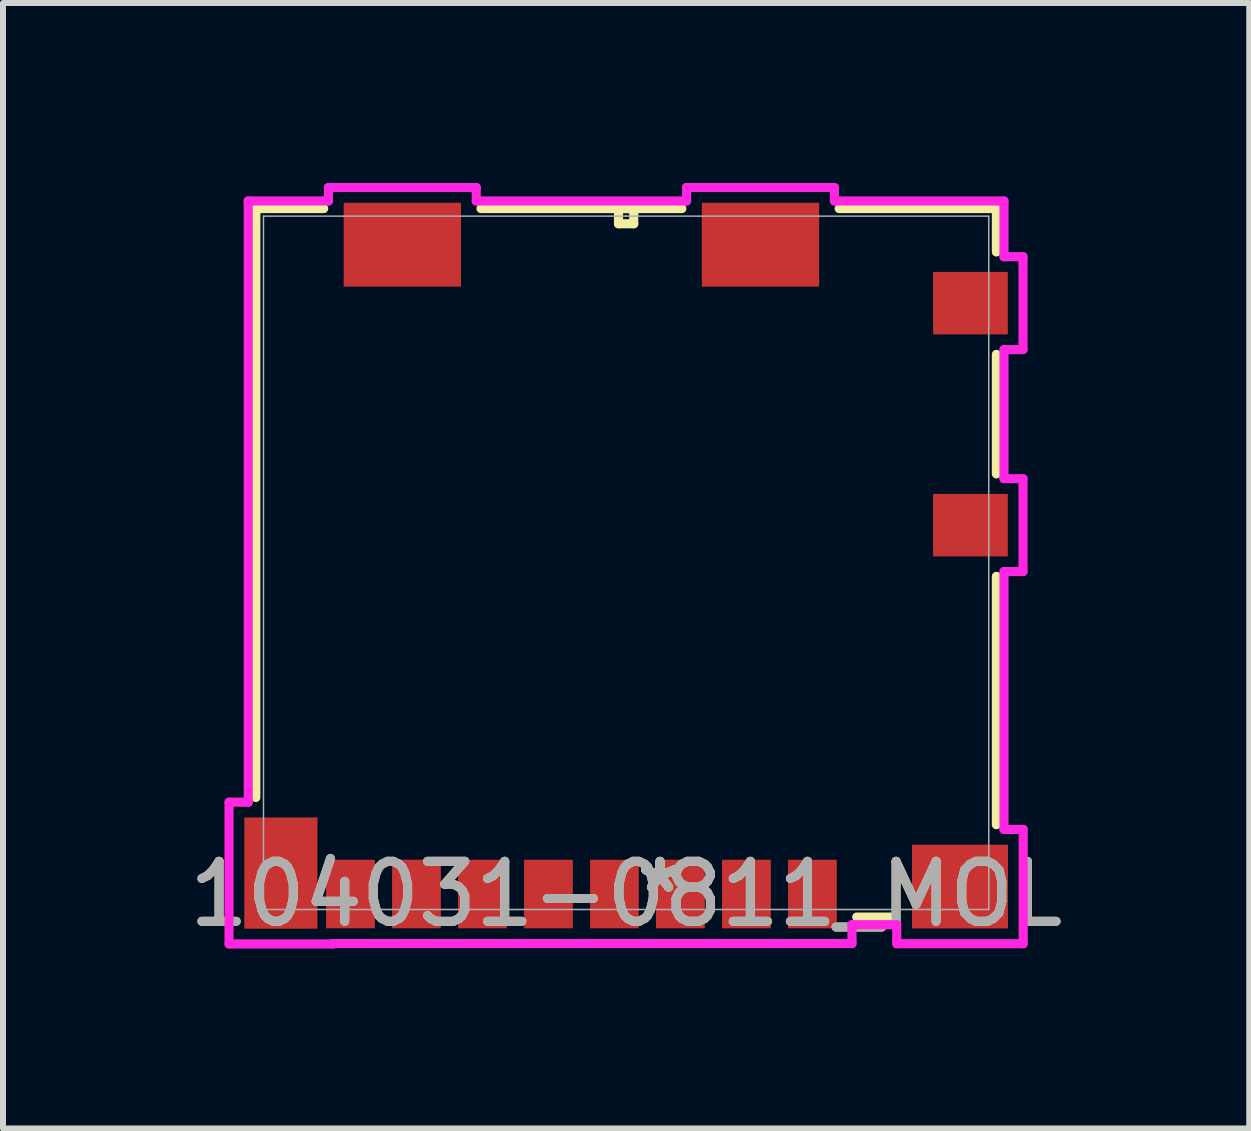
<source format=kicad_pcb>
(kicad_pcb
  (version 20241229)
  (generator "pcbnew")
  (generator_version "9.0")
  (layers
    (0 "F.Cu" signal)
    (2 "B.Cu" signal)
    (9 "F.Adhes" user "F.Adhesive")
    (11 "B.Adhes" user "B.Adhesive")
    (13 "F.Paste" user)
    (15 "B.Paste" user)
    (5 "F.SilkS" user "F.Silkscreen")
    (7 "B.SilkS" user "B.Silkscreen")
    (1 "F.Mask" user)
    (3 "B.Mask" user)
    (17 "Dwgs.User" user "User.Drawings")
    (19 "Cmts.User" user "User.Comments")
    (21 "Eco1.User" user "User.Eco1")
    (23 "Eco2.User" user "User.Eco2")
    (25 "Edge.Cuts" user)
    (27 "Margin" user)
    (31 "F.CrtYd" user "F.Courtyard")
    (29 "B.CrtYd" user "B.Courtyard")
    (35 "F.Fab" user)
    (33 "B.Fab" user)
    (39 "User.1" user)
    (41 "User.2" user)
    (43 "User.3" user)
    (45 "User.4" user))
  (footprint "104031-0811_MOL"
    (layer "F.Cu")
    (at 7.387 6.332)
    (property "Reference" "104031-0811_MOL" (at 0 5.521 0) (unlocked yes) (layer "F.SilkS") (effects (font (size 1 1) (thickness 0.15))))
    (attr smd)
    (fp_line (start -6.172 -5.905) (end -6.172 3.912) (stroke (width 0.152) (type solid)) (layer "F.SilkS"))
    (fp_line (start -5.041 -5.905) (end -6.172 -5.905) (stroke (width 0.152) (type solid)) (layer "F.SilkS"))
    (fp_line (start -0.127 -5.905) (end -0.127 -5.652) (stroke (width 0.152) (type solid)) (layer "F.SilkS"))
    (fp_line (start -0.127 -5.652) (end 0.127 -5.652) (stroke (width 0.152) (type solid)) (layer "F.SilkS"))
    (fp_line (start 0.127 -5.905) (end -0.127 -5.905) (stroke (width 0.152) (type solid)) (layer "F.SilkS"))
    (fp_line (start 0.127 -5.652) (end 0.127 -5.905) (stroke (width 0.152) (type solid)) (layer "F.SilkS"))
    (fp_line (start 0.929 -5.905) (end -2.419 -5.905) (stroke (width 0.152) (type solid)) (layer "F.SilkS"))
    (fp_line (start 3.844 5.905) (end 4.432 5.905) (stroke (width 0.152) (type solid)) (layer "F.SilkS"))
    (fp_line (start 6.172 -5.905) (end 3.551 -5.905) (stroke (width 0.152) (type solid)) (layer "F.SilkS"))
    (fp_line (start 6.172 -5.182) (end 6.172 -5.905) (stroke (width 0.152) (type solid)) (layer "F.SilkS"))
    (fp_line (start 6.172 -1.482) (end 6.172 -3.475) (stroke (width 0.152) (type solid)) (layer "F.SilkS"))
    (fp_line (start 6.172 4.365) (end 6.172 0.225) (stroke (width 0.152) (type solid)) (layer "F.SilkS"))
    (fp_line (start -6.619 3.99) (end -6.619 6.353) (stroke (width 0.152) (type solid)) (layer "F.CrtYd"))
    (fp_line (start -6.619 6.353) (end -4.891 6.353) (stroke (width 0.152) (type solid)) (layer "F.CrtYd"))
    (fp_line (start -6.299 -6.032) (end -6.299 3.99) (stroke (width 0.152) (type solid)) (layer "F.CrtYd"))
    (fp_line (start -6.299 3.99) (end -6.619 3.99) (stroke (width 0.152) (type solid)) (layer "F.CrtYd"))
    (fp_line (start -4.962 -6.256) (end -4.962 -6.032) (stroke (width 0.152) (type solid)) (layer "F.CrtYd"))
    (fp_line (start -4.962 -6.032) (end -6.299 -6.032) (stroke (width 0.152) (type solid)) (layer "F.CrtYd"))
    (fp_line (start -4.891 6.347) (end 3.765 6.347) (stroke (width 0.152) (type solid)) (layer "F.CrtYd"))
    (fp_line (start -4.891 6.353) (end -4.891 6.347) (stroke (width 0.152) (type solid)) (layer "F.CrtYd"))
    (fp_line (start -2.498 -6.256) (end -4.962 -6.256) (stroke (width 0.152) (type solid)) (layer "F.CrtYd"))
    (fp_line (start -2.498 -6.032) (end -2.498 -6.256) (stroke (width 0.152) (type solid)) (layer "F.CrtYd"))
    (fp_line (start 1.008 -6.256) (end 1.008 -6.032) (stroke (width 0.152) (type solid)) (layer "F.CrtYd"))
    (fp_line (start 1.008 -6.032) (end -2.498 -6.032) (stroke (width 0.152) (type solid)) (layer "F.CrtYd"))
    (fp_line (start 3.472 -6.256) (end 1.008 -6.256) (stroke (width 0.152) (type solid)) (layer "F.CrtYd"))
    (fp_line (start 3.472 -6.032) (end 3.472 -6.256) (stroke (width 0.152) (type solid)) (layer "F.CrtYd"))
    (fp_line (start 3.765 6.032) (end 4.511 6.032) (stroke (width 0.152) (type solid)) (layer "F.CrtYd"))
    (fp_line (start 3.765 6.347) (end 3.765 6.032) (stroke (width 0.152) (type solid)) (layer "F.CrtYd"))
    (fp_line (start 4.511 6.032) (end 4.511 6.349) (stroke (width 0.152) (type solid)) (layer "F.CrtYd"))
    (fp_line (start 4.511 6.349) (end 6.619 6.349) (stroke (width 0.152) (type solid)) (layer "F.CrtYd"))
    (fp_line (start 6.299 -6.032) (end 3.472 -6.032) (stroke (width 0.152) (type solid)) (layer "F.CrtYd"))
    (fp_line (start 6.299 -5.103) (end 6.299 -6.032) (stroke (width 0.152) (type solid)) (layer "F.CrtYd"))
    (fp_line (start 6.299 -3.554) (end 6.616 -3.554) (stroke (width 0.152) (type solid)) (layer "F.CrtYd"))
    (fp_line (start 6.299 -1.403) (end 6.299 -3.554) (stroke (width 0.152) (type solid)) (layer "F.CrtYd"))
    (fp_line (start 6.299 0.146) (end 6.616 0.146) (stroke (width 0.152) (type solid)) (layer "F.CrtYd"))
    (fp_line (start 6.299 4.444) (end 6.299 0.146) (stroke (width 0.152) (type solid)) (layer "F.CrtYd"))
    (fp_line (start 6.616 -5.103) (end 6.299 -5.103) (stroke (width 0.152) (type solid)) (layer "F.CrtYd"))
    (fp_line (start 6.616 -3.554) (end 6.616 -5.103) (stroke (width 0.152) (type solid)) (layer "F.CrtYd"))
    (fp_line (start 6.616 -1.403) (end 6.299 -1.403) (stroke (width 0.152) (type solid)) (layer "F.CrtYd"))
    (fp_line (start 6.616 0.146) (end 6.616 -1.403) (stroke (width 0.152) (type solid)) (layer "F.CrtYd"))
    (fp_line (start 6.619 4.444) (end 6.299 4.444) (stroke (width 0.152) (type solid)) (layer "F.CrtYd"))
    (fp_line (start 6.619 6.349) (end 6.619 4.444) (stroke (width 0.152) (type solid)) (layer "F.CrtYd"))
    (fp_line (start -6.045 -5.779) (end -6.045 5.779) (stroke (width 0.025) (type solid)) (layer "F.Fab"))
    (fp_line (start -6.045 5.779) (end 6.045 5.779) (stroke (width 0.025) (type solid)) (layer "F.Fab"))
    (fp_line (start 0 -5.779) (end 0 -5.779) (stroke (width 0.025) (type solid)) (layer "F.Fab"))
    (fp_line (start 0 -5.779) (end 0 -5.779) (stroke (width 0.025) (type solid)) (layer "F.Fab"))
    (fp_line (start 0 -5.779) (end 0 -5.779) (stroke (width 0.025) (type solid)) (layer "F.Fab"))
    (fp_line (start 0 -5.779) (end 0 -5.779) (stroke (width 0.025) (type solid)) (layer "F.Fab"))
    (fp_line (start 6.045 -5.779) (end -6.045 -5.779) (stroke (width 0.025) (type solid)) (layer "F.Fab"))
    (fp_line (start 6.045 5.779) (end 6.045 -5.779) (stroke (width 0.025) (type solid)) (layer "F.Fab"))
    (fp_text user "*" (at 0.565 5.521 0) (unlocked yes) (layer "F.SilkS") (effects (font (size 1 1) (thickness 0.15))))
    (fp_text user "*" (at 0.565 5.521 0) (layer "F.SilkS") (effects (font (size 1 1) (thickness 0.15))))
    (fp_text user "*" (at 0.565 5.521 0) (layer "F.Fab") (effects (font (size 1 1) (thickness 0.15))))
    (fp_text user "${REFERENCE}" (at 0 5.521 0) (unlocked yes) (layer "F.Fab") (effects (font (size 1 1) (thickness 0.15))))
    (fp_text user "*" (at 0.565 5.521 0) (unlocked yes) (layer "F.Fab") (effects (font (size 1 1) (thickness 0.15))))
    (pad "1" smd rect (at 3.105 5.521) (size 0.813 1.143) (layers "F.Cu" "F.Mask" "F.Paste"))
    (pad "2" smd rect (at 2.005 5.521) (size 0.813 1.143) (layers "F.Cu" "F.Mask" "F.Paste"))
    (pad "3" smd rect (at 0.905 5.521) (size 0.813 1.143) (layers "F.Cu" "F.Mask" "F.Paste"))
    (pad "4" smd rect (at -0.195 5.521) (size 0.813 1.143) (layers "F.Cu" "F.Mask" "F.Paste"))
    (pad "5" smd rect (at -1.295 5.521) (size 0.813 1.143) (layers "F.Cu" "F.Mask" "F.Paste"))
    (pad "6" smd rect (at -2.395 5.521) (size 0.813 1.143) (layers "F.Cu" "F.Mask" "F.Paste"))
    (pad "7" smd rect (at -3.495 5.521) (size 0.813 1.143) (layers "F.Cu" "F.Mask" "F.Paste"))
    (pad "8" smd rect (at -4.595 5.521) (size 0.813 1.143) (layers "F.Cu" "F.Mask" "F.Paste"))
    (pad "9" smd rect (at 5.74 -0.628) (size 1.245 1.041) (layers "F.Cu" "F.Mask" "F.Paste"))
    (pad "10" smd rect (at 5.74 -4.329) (size 1.245 1.041) (layers "F.Cu" "F.Mask" "F.Paste"))
    (pad "11" smd rect (at 5.565 5.396) (size 1.6 1.397) (layers "F.Cu" "F.Mask" "F.Paste"))
    (pad "12" smd rect (at -5.755 5.172) (size 1.219 1.854) (layers "F.Cu" "F.Mask" "F.Paste"))
    (pad "13" smd rect (at -3.73 -5.303) (size 1.956 1.397) (layers "F.Cu" "F.Mask" "F.Paste"))
    (pad "14" smd rect (at 2.24 -5.303) (size 1.956 1.397) (layers "F.Cu" "F.Mask" "F.Paste")))
  (gr_rect
    (start -3 -3)
    (end 17.774 15.761)
    (stroke (width 0.1) (type default))
    (fill no)
    (layer "Edge.Cuts")))
</source>
